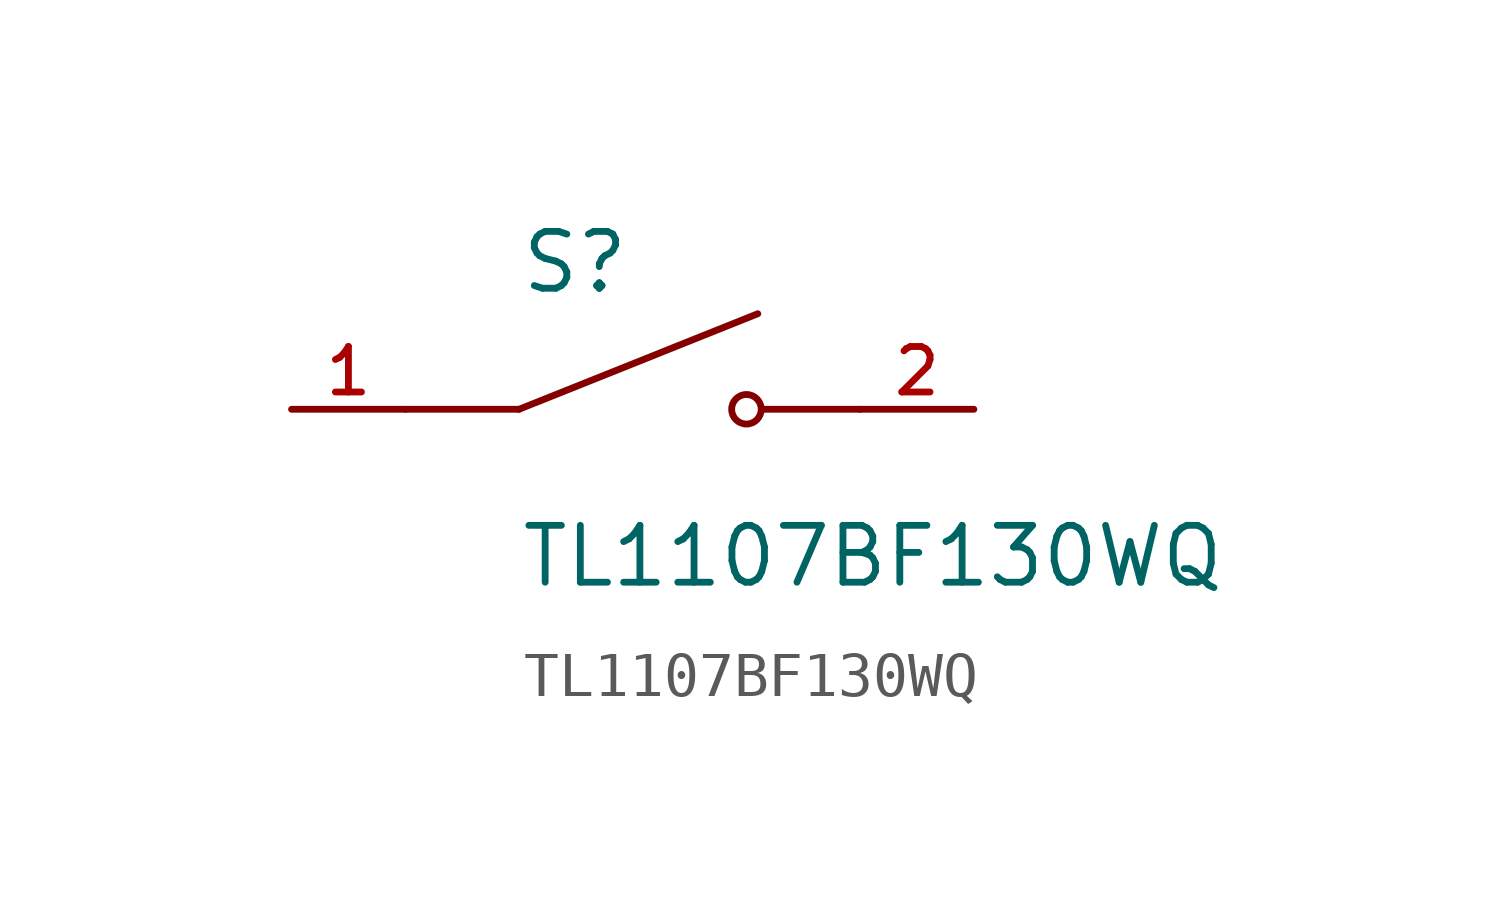
<source format=kicad_sym>
(kicad_symbol_lib
  (version 20211014)
  (generator kicad_symbol_editor)
  (symbol "TL1107BF130WQ"
    (pin_names
      (offset 1.016))
    (property "Reference" "S"
      (at -2.54 2.54 0)
      (effects (font (size 1.27 1.27)) (justify bottom left)))
    (property "Value" "TL1107BF130WQ"
      (at -2.54 -2.54 0)
      (effects (font (size 1.27 1.27)) (justify top left)))
    (symbol "TL1107BF130WQ_0_0"
      (polyline (pts (xy -2.54 0.0) (xy 2.794 2.134)) (stroke (width 0.152)))
      (circle (center 2.54 0.0) (radius 0.33) (stroke (width 0.152)) (fill (type none)))
      (polyline (pts (xy 5.08 0.0) (xy 2.921 0.0)) (stroke (width 0.152)))
      (polyline (pts (xy -2.54 0.0) (xy -5.08 0.0)) (stroke (width 0.152)))
      (pin passive line (at -7.62 0.0 0) (length 2.54) (name "~" (effects (font (size 1.016 1.016)))) (number "1" (effects (font (size 1.016 1.016)))))
      (pin passive line (at 7.62 0.0 180.0) (length 2.54) (name "~" (effects (font (size 1.016 1.016)))) (number "2" (effects (font (size 1.016 1.016))))))))
</source>
